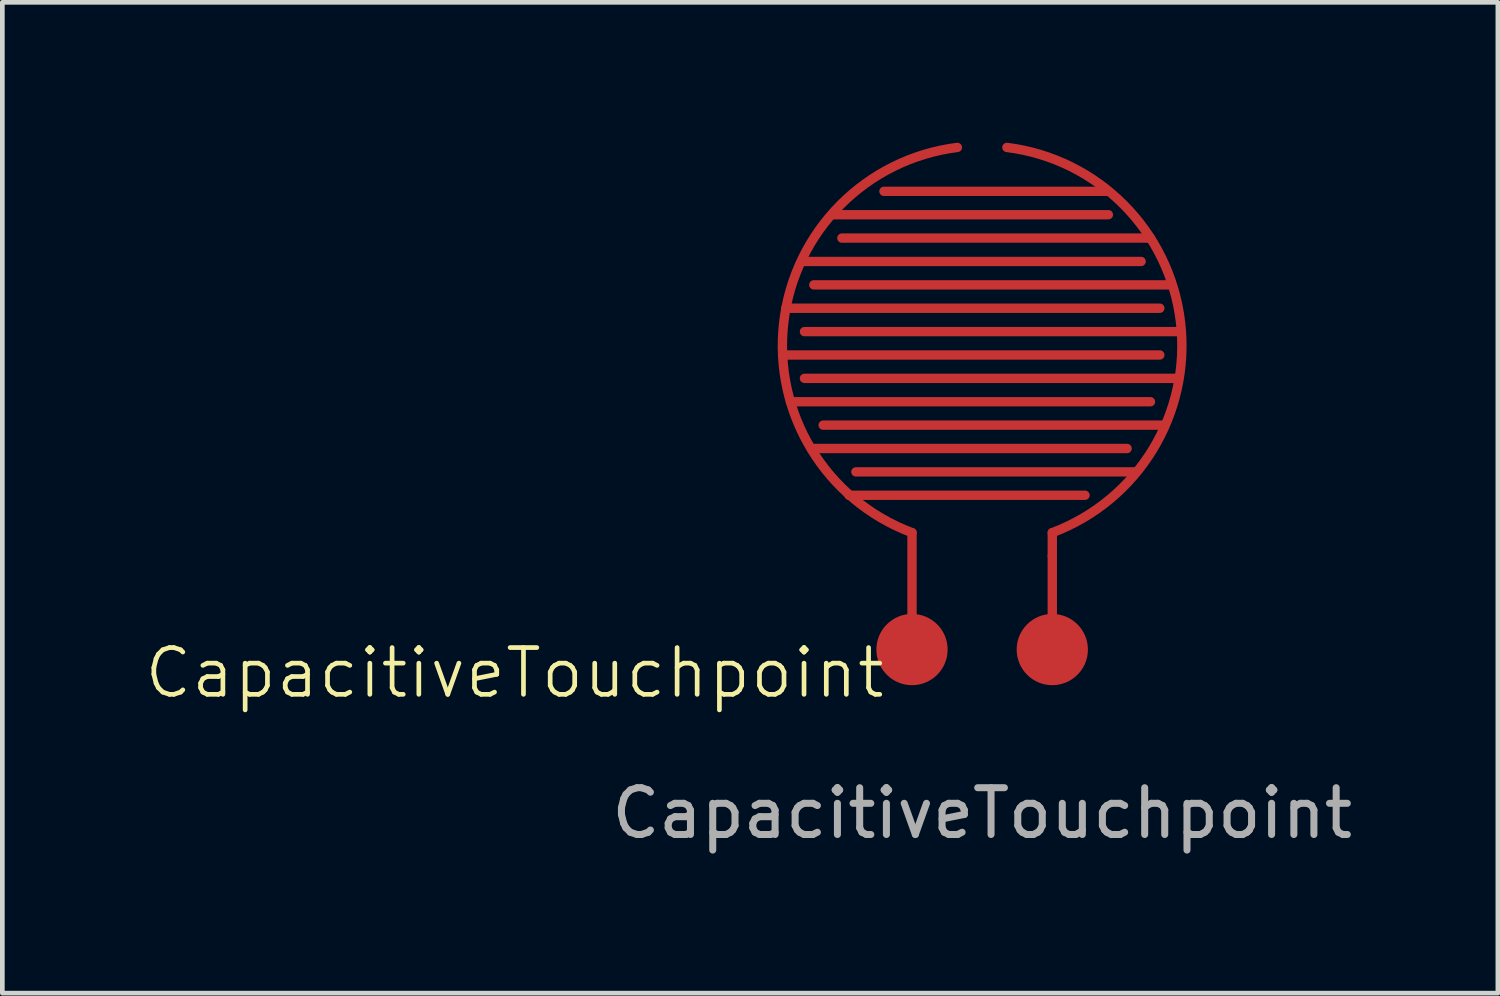
<source format=kicad_pcb>
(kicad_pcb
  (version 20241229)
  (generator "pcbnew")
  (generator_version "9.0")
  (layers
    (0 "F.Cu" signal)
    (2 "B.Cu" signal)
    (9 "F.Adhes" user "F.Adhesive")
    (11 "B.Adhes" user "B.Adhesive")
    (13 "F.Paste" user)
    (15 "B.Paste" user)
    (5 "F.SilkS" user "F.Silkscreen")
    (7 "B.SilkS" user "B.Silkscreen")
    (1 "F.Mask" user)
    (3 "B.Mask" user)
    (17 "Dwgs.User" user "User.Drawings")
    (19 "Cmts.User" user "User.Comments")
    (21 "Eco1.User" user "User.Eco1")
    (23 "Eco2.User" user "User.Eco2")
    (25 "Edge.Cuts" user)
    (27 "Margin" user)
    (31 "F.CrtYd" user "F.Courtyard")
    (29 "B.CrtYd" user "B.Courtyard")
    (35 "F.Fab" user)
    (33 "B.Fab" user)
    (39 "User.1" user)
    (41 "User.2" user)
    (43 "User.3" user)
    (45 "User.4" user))
  (footprint "CapacitiveTouchpoint"
    (layer "F.Cu")
    (at 17.955 11.842)
    (property "Reference" "CapacitiveTouchpoint" (at -10 -0.5 0) (unlocked yes) (layer "F.SilkS") (effects (font (size 1 1) (thickness 0.1))))
    (fp_line (start -3.2 -10.3) (end 2.7 -10.3) (stroke (width 0.2) (type default)) (layer "F.Cu"))
    (fp_line (start -1.5 -1) (end -1.5 -3.5) (stroke (width 0.2) (type default)) (layer "F.Cu"))
    (fp_line (start 1.5 -3) (end 1.5 -3.5) (stroke (width 0.2) (type default)) (layer "F.Cu"))
    (fp_line (start 1.5 -1) (end 1.5 -3) (stroke (width 0.2) (type default)) (layer "F.Cu"))
    (fp_line (start 2.2 -4.3) (end -2.85 -4.3) (stroke (width 0.2) (type default)) (layer "F.Cu"))
    (fp_line (start 2.7 -10.8) (end -2.1 -10.8) (stroke (width 0.2) (type default)) (layer "F.Cu"))
    (fp_line (start 3.1 -5.3) (end -3.65 -5.3) (stroke (width 0.2) (type default)) (layer "F.Cu"))
    (fp_line (start 3.25 -4.8) (end -2.7 -4.8) (stroke (width 0.2) (type default)) (layer "F.Cu"))
    (fp_line (start 3.4 -9.3) (end -3.8 -9.3) (stroke (width 0.2) (type default)) (layer "F.Cu"))
    (fp_line (start 3.6 -9.8) (end -3 -9.8) (stroke (width 0.2) (type default)) (layer "F.Cu"))
    (fp_line (start 3.6 -6.3) (end -4.1 -6.3) (stroke (width 0.2) (type default)) (layer "F.Cu"))
    (fp_line (start 3.8 -8.3) (end -4.2 -8.3) (stroke (width 0.2) (type default)) (layer "F.Cu"))
    (fp_line (start 3.8 -7.3) (end -4.25 -7.3) (stroke (width 0.2) (type default)) (layer "F.Cu"))
    (fp_line (start 3.85 -5.8) (end -3.4 -5.8) (stroke (width 0.2) (type default)) (layer "F.Cu"))
    (fp_line (start 4 -8.8) (end -3.6 -8.8) (stroke (width 0.2) (type default)) (layer "F.Cu"))
    (fp_line (start 4.15 -6.8) (end -3.8 -6.8) (stroke (width 0.2) (type default)) (layer "F.Cu"))
    (fp_line (start 4.25 -7.8) (end -3.8 -7.8) (stroke (width 0.2) (type default)) (layer "F.Cu"))
    (fp_arc (start -1.5 -3.500001) (mid -4.242691 -7.999566) (end -0.529877 -11.739012) (stroke (width 0.2) (type default)) (layer "F.Cu"))
    (fp_arc (start 0.529877 -11.739012) (mid 4.242691 -7.999566) (end 1.5 -3.500001) (stroke (width 0.2) (type default)) (layer "F.Cu"))
    (fp_line (start -4.2 -8.3) (end 3.8 -8.3) (stroke (width 0.2) (type default)) (layer "F.Mask"))
    (fp_line (start -3.8 -9.3) (end 3.4 -9.3) (stroke (width 0.2) (type default)) (layer "F.Mask"))
    (fp_line (start -3.8 -7.8) (end 4.2 -7.8) (stroke (width 0.2) (type default)) (layer "F.Mask"))
    (fp_line (start -3.8 -6.8) (end 4.2 -6.8) (stroke (width 0.2) (type default)) (layer "F.Mask"))
    (fp_line (start -3.4 -5.8) (end 3.8 -5.8) (stroke (width 0.2) (type default)) (layer "F.Mask"))
    (fp_line (start -3.2 -10.3) (end 2.7 -10.3) (stroke (width 0.2) (type default)) (layer "F.Mask"))
    (fp_line (start -2.8 -4.3) (end 2.2 -4.3) (stroke (width 0.2) (type default)) (layer "F.Mask"))
    (fp_line (start -2.7 -4.8) (end 3.3 -4.8) (stroke (width 0.2) (type default)) (layer "F.Mask"))
    (fp_line (start -2.1 -10.8) (end 2.6 -10.8) (stroke (width 0.2) (type default)) (layer "F.Mask"))
    (fp_line (start -1.5 -3.5) (end -1.5 -1.6) (stroke (width 0.2) (type default)) (layer "F.Mask"))
    (fp_line (start 1.5 -3.5) (end 1.5 -1.6) (stroke (width 0.2) (type default)) (layer "F.Mask"))
    (fp_line (start 3.1 -5.3) (end -3.6 -5.3) (stroke (width 0.2) (type default)) (layer "F.Mask"))
    (fp_line (start 3.5 -9.8) (end -3 -9.8) (stroke (width 0.2) (type default)) (layer "F.Mask"))
    (fp_line (start 3.6 -6.3) (end -4 -6.3) (stroke (width 0.2) (type default)) (layer "F.Mask"))
    (fp_line (start 3.8 -7.3) (end -4.2 -7.3) (stroke (width 0.2) (type default)) (layer "F.Mask"))
    (fp_line (start 4 -8.8) (end -3.6 -8.8) (stroke (width 0.2) (type default)) (layer "F.Mask"))
    (fp_arc (start -1.501062 -3.497167) (mid -4.245682 -8.000046) (end -0.53 -11.742046) (stroke (width 0.2) (type default)) (layer "F.Mask"))
    (fp_arc (start 0.53 -11.739999) (mid 4.243679 -7.999683) (end 1.50035 -3.499069) (stroke (width 0.2) (type default)) (layer "F.Mask"))
    (fp_line (start -4.2 -8.3) (end 3.8 -8.3) (stroke (width 0.2) (type default)) (layer "F.Paste"))
    (fp_line (start -4.1 -6.3) (end 3.6 -6.3) (stroke (width 0.2) (type default)) (layer "F.Paste"))
    (fp_line (start -3.8 -6.8) (end 4.2 -6.8) (stroke (width 0.2) (type default)) (layer "F.Paste"))
    (fp_line (start -3.6 -8.8) (end 4 -8.8) (stroke (width 0.2) (type default)) (layer "F.Paste"))
    (fp_line (start -3.6 -5.3) (end 3.1 -5.3) (stroke (width 0.2) (type default)) (layer "F.Paste"))
    (fp_line (start -3 -9.8) (end 3.5 -9.8) (stroke (width 0.2) (type default)) (layer "F.Paste"))
    (fp_line (start -2.8 -4.3) (end 2.2 -4.3) (stroke (width 0.2) (type default)) (layer "F.Paste"))
    (fp_line (start -2.1 -10.8) (end 2.7 -10.8) (stroke (width 0.2) (type default)) (layer "F.Paste"))
    (fp_line (start -1.5 -3.5) (end -1.5 -1.5) (stroke (width 0.2) (type default)) (layer "F.Paste"))
    (fp_line (start 1.5 -3.5) (end 1.5 -1.6) (stroke (width 0.2) (type default)) (layer "F.Paste"))
    (fp_line (start 2.7 -10.3) (end -3.1 -10.3) (stroke (width 0.2) (type default)) (layer "F.Paste"))
    (fp_line (start 3.3 -4.8) (end -2.7 -4.8) (stroke (width 0.2) (type default)) (layer "F.Paste"))
    (fp_line (start 3.4 -9.3) (end -3.8 -9.3) (stroke (width 0.2) (type default)) (layer "F.Paste"))
    (fp_line (start 3.8 -7.3) (end -4.2 -7.3) (stroke (width 0.2) (type default)) (layer "F.Paste"))
    (fp_line (start 3.9 -5.8) (end -3.4 -5.8) (stroke (width 0.2) (type default)) (layer "F.Paste"))
    (fp_line (start 4.2 -7.8) (end -3.8 -7.8) (stroke (width 0.2) (type default)) (layer "F.Paste"))
    (fp_arc (start -1.500349 -3.499069) (mid -4.243679 -7.999683) (end -0.53 -11.739999) (stroke (width 0.2) (type default)) (layer "F.Paste"))
    (fp_arc (start 0.53 -11.739999) (mid 4.243679 -7.999681) (end 1.500347 -3.499068) (stroke (width 0.2) (type default)) (layer "F.Paste"))
    (fp_text user "${REFERENCE}" (at 0 2.5 0) (unlocked yes) (layer "F.Fab") (effects (font (size 1 1) (thickness 0.15))))
    (pad "1" smd circle (at 1.5 -1) (size 1.524 1.524) (layers "F.Cu" "F.Mask" "F.Paste"))
    (pad "2" smd circle (at -1.5 -1) (size 1.524 1.524) (layers "F.Cu" "F.Mask" "F.Paste")))
  (gr_rect
    (start -3 -3)
    (end 28.985 18.19)
    (stroke (width 0.1) (type default))
    (fill no)
    (layer "Edge.Cuts")))
</source>
